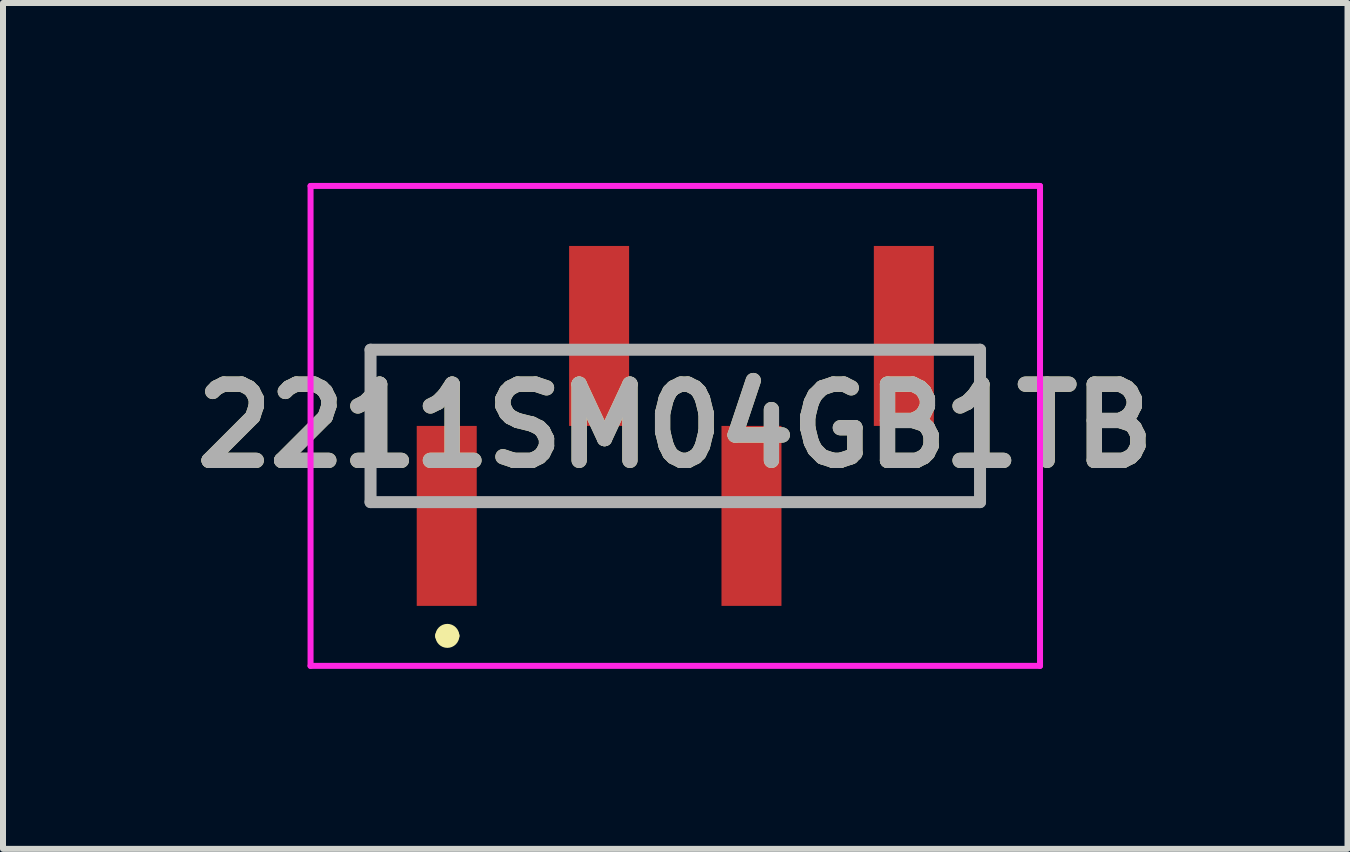
<source format=kicad_pcb>
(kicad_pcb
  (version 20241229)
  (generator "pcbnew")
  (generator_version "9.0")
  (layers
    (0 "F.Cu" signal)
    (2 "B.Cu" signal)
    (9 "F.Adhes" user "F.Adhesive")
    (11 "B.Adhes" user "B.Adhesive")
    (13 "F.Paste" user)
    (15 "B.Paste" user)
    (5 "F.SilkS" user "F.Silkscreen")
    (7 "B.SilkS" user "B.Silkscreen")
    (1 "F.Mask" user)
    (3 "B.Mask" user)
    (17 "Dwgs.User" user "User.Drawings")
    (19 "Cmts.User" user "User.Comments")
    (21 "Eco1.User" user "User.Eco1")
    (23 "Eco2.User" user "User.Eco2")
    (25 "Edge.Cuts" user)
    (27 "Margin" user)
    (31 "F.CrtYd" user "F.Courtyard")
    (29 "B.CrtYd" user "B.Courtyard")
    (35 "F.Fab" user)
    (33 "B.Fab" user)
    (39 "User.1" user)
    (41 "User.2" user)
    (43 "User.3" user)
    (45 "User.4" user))
  (footprint "2211SM04GB1TB"
    (layer "F.Cu")
    (at 8.207 4.05)
    (property "Reference" "2211SM04GB1TB" (at 0 0 0) (layer "F.SilkS") (effects (font (size 1.27 1.27) (thickness 0.254))))
    (attr smd)
    (fp_line (start -5.08 -1.27) (end -2.54 -1.27) (stroke (width 0.1) (type solid)) (layer "F.SilkS"))
    (fp_line (start -5.08 1.27) (end -5.08 -1.27) (stroke (width 0.1) (type solid)) (layer "F.SilkS"))
    (fp_line (start -3.9 3.5) (end -3.9 3.5) (stroke (width 0.2) (type solid)) (layer "F.SilkS"))
    (fp_line (start -3.7 3.5) (end -3.7 3.5) (stroke (width 0.2) (type solid)) (layer "F.SilkS"))
    (fp_line (start 2.54 1.27) (end 5.08 1.27) (stroke (width 0.1) (type solid)) (layer "F.SilkS"))
    (fp_line (start 5.08 1.27) (end 5.08 -1.27) (stroke (width 0.1) (type solid)) (layer "F.SilkS"))
    (fp_arc (start -3.9 3.5) (mid -3.8 3.4) (end -3.7 3.5) (stroke (width 0.2) (type solid)) (layer "F.SilkS"))
    (fp_arc (start -3.7 3.5) (mid -3.8 3.6) (end -3.9 3.5) (stroke (width 0.2) (type solid)) (layer "F.SilkS"))
    (fp_line (start -6.08 -4) (end 6.08 -4) (stroke (width 0.1) (type solid)) (layer "F.CrtYd"))
    (fp_line (start -6.08 4) (end -6.08 -4) (stroke (width 0.1) (type solid)) (layer "F.CrtYd"))
    (fp_line (start 6.08 -4) (end 6.08 4) (stroke (width 0.1) (type solid)) (layer "F.CrtYd"))
    (fp_line (start 6.08 4) (end -6.08 4) (stroke (width 0.1) (type solid)) (layer "F.CrtYd"))
    (fp_line (start -5.08 -1.27) (end 5.08 -1.27) (stroke (width 0.2) (type solid)) (layer "F.Fab"))
    (fp_line (start -5.08 1.27) (end -5.08 -1.27) (stroke (width 0.2) (type solid)) (layer "F.Fab"))
    (fp_line (start 5.08 -1.27) (end 5.08 1.27) (stroke (width 0.2) (type solid)) (layer "F.Fab"))
    (fp_line (start 5.08 1.27) (end -5.08 1.27) (stroke (width 0.2) (type solid)) (layer "F.Fab"))
    (fp_text user "${REFERENCE}" (at 0 0 0) (layer "F.Fab") (effects (font (size 1.27 1.27) (thickness 0.254))))
    (pad "1" smd rect (at -3.81 1.5) (size 1 3) (layers "F.Cu" "F.Mask" "F.Paste"))
    (pad "2" smd rect (at -1.27 -1.5) (size 1 3) (layers "F.Cu" "F.Mask" "F.Paste"))
    (pad "3" smd rect (at 1.27 1.5) (size 1 3) (layers "F.Cu" "F.Mask" "F.Paste"))
    (pad "4" smd rect (at 3.81 -1.5) (size 1 3) (layers "F.Cu" "F.Mask" "F.Paste")))
  (gr_rect
    (start -3 -3)
    (end 19.413 11.1)
    (stroke (width 0.1) (type default))
    (fill no)
    (layer "Edge.Cuts")))
</source>
